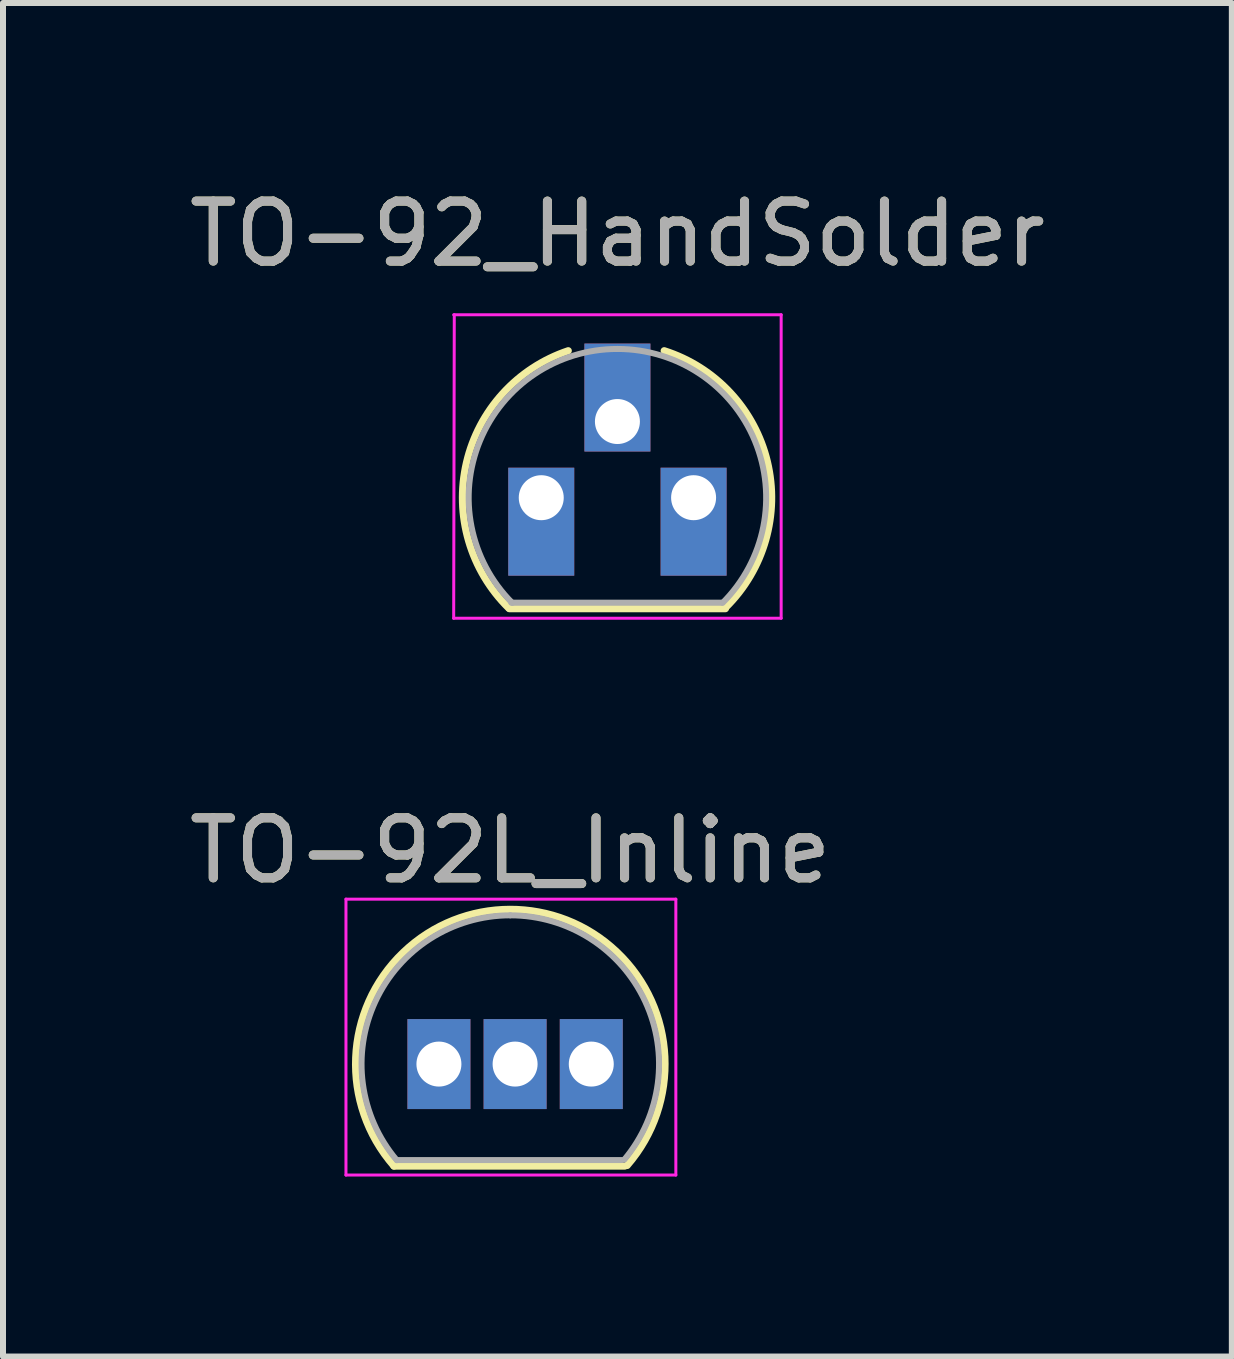
<source format=kicad_pcb>
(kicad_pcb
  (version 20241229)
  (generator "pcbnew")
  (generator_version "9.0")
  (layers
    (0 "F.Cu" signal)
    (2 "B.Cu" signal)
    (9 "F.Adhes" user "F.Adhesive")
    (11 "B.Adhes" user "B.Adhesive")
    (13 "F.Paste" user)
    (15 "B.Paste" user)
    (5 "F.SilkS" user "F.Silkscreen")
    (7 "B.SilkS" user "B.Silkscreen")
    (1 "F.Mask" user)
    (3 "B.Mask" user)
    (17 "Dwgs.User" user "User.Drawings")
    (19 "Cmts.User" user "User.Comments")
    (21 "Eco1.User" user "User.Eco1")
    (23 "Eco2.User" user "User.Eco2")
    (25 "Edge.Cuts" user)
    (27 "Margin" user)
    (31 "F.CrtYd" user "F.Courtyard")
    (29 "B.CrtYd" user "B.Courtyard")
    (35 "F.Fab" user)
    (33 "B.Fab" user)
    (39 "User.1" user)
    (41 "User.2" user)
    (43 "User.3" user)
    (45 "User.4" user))
  (footprint "TO-92_HandSolder"
    (layer "F.Cu")
    (at 5.974 5.248)
    (property "Reference" "TO-92_HandSolder" (at 1.27 -4.4 0) (layer "F.SilkS") (effects (font (size 1 1) (thickness 0.15))))
    (attr through_hole)
    (fp_line (start -0.53 1.85) (end 3.07 1.85) (stroke (width 0.12) (type solid)) (layer "F.SilkS"))
    (fp_arc (start -0.541875 1.841741) (mid -1.247231 -0.581764) (end 0.45 -2.45) (stroke (width 0.12) (type solid)) (layer "F.SilkS"))
    (fp_arc (start 2.05 -2.45) (mid 3.769931 -0.601036) (end 3.078445 1.827684) (stroke (width 0.12) (type solid)) (layer "F.SilkS"))
    (fp_line (start -1.46 -3.05) (end 4 -3.05) (stroke (width 0.05) (type solid)) (layer "F.CrtYd"))
    (fp_line (start -1.45 -3.05) (end -1.46 2.01) (stroke (width 0.05) (type solid)) (layer "F.CrtYd"))
    (fp_line (start 4 2.01) (end -1.46 2.01) (stroke (width 0.05) (type solid)) (layer "F.CrtYd"))
    (fp_line (start 4 2.01) (end 4 -3.05) (stroke (width 0.05) (type solid)) (layer "F.CrtYd"))
    (fp_line (start -0.5 1.75) (end 3 1.75) (stroke (width 0.1) (type solid)) (layer "F.Fab"))
    (fp_arc (start -0.483625 1.753625) (mid -1.021221 -0.949055) (end 1.27 -2.48) (stroke (width 0.1) (type solid)) (layer "F.Fab"))
    (fp_arc (start 1.27 -2.48) (mid 3.561221 -0.949055) (end 3.023625 1.753625) (stroke (width 0.1) (type solid)) (layer "F.Fab"))
    (fp_text user "${REFERENCE}" (at 1.27 -4.4 0) (layer "F.Fab") (effects (font (size 1 1) (thickness 0.15))))
    (pad "1" thru_hole rect (at 0 0) (size 1.1 1.8) (drill 0.75 (offset 0 0.4)) (layers "*.Cu" "*.Mask"))
    (pad "2" thru_hole rect (at 1.27 -1.27) (size 1.1 1.8) (drill 0.75 (offset 0 -0.4)) (layers "*.Cu" "*.Mask"))
    (pad "3" thru_hole rect (at 2.54 0) (size 1.1 1.8) (drill 0.75 (offset 0 0.4)) (layers "*.Cu" "*.Mask")))
  (footprint "TO-92L_Inline"
    (layer "F.Cu")
    (at 4.268 14.691)
    (property "Reference" "TO-92L_Inline" (at 1.19 -3.56 0) (layer "F.SilkS") (effects (font (size 1 1) (thickness 0.15))))
    (attr through_hole)
    (fp_line (start -0.75 1.7) (end 3.1 1.7) (stroke (width 0.12) (type solid)) (layer "F.SilkS"))
    (fp_arc (start -0.75 1.7) (mid 1.183448 -2.579449) (end 3.138611 1.690122) (stroke (width 0.12) (type solid)) (layer "F.SilkS"))
    (fp_line (start -1.55 -2.75) (end -1.55 1.85) (stroke (width 0.05) (type solid)) (layer "F.CrtYd"))
    (fp_line (start -1.55 -2.75) (end 3.95 -2.75) (stroke (width 0.05) (type solid)) (layer "F.CrtYd"))
    (fp_line (start 3.95 1.85) (end -1.55 1.85) (stroke (width 0.05) (type solid)) (layer "F.CrtYd"))
    (fp_line (start 3.95 1.85) (end 3.95 -2.75) (stroke (width 0.05) (type solid)) (layer "F.CrtYd"))
    (fp_line (start -0.7 1.6) (end 3.05 1.6) (stroke (width 0.1) (type solid)) (layer "F.Fab"))
    (fp_arc (start -0.702818 1.602385) (mid -1.059924 -1.043188) (end 1.19 -2.48) (stroke (width 0.1) (type solid)) (layer "F.Fab"))
    (fp_arc (start 1.19 -2.48) (mid 3.437211 -1.049019) (end 3.091103 1.592547) (stroke (width 0.1) (type solid)) (layer "F.Fab"))
    (fp_text user "${REFERENCE}" (at 1.19 -3.56 0) (layer "F.Fab") (effects (font (size 1 1) (thickness 0.15))))
    (pad "1" thru_hole rect (at 0 0) (size 1.05 1.5) (drill 0.75) (layers "*.Cu" "*.Mask"))
    (pad "2" thru_hole rect (at 1.27 0) (size 1.05 1.5) (drill 0.75) (layers "*.Cu" "*.Mask"))
    (pad "3" thru_hole rect (at 2.54 0) (size 1.05 1.5) (drill 0.75) (layers "*.Cu" "*.Mask")))
  (gr_rect
    (start -3 -3)
    (end 17.488 19.567)
    (stroke (width 0.1) (type default))
    (fill no)
    (layer "Edge.Cuts")))
</source>
